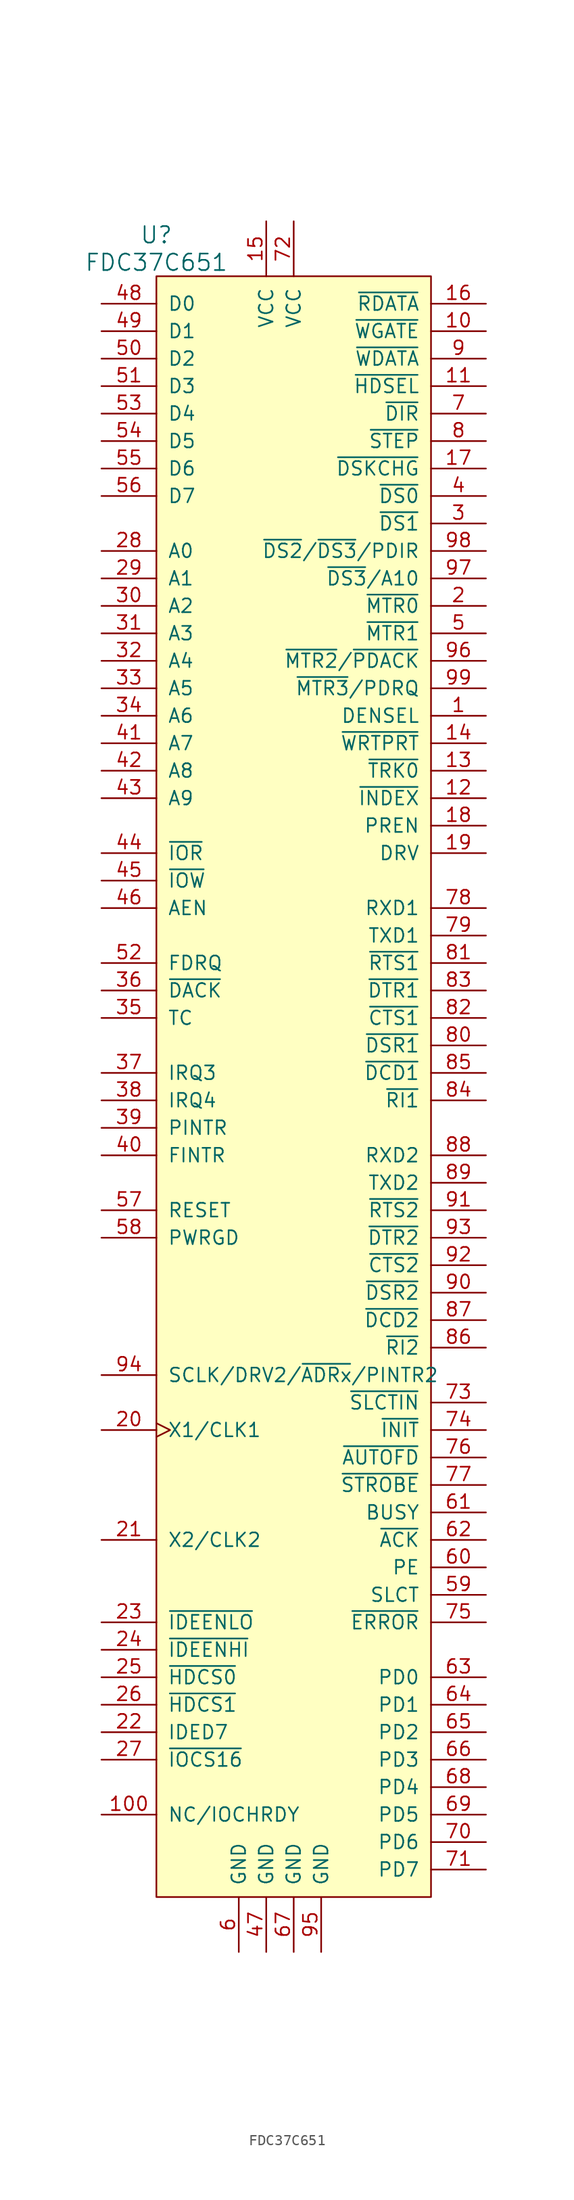
<source format=kicad_sym>
(kicad_symbol_lib
  (version 20211014)
  (generator kicad_symbol_editor)
  (symbol "FDC37C651"
    (pin_names
      (offset 1.016))
    (property "Reference" "U"
      (at -12.7 78.74 0)
      (effects (font (size 1.524 1.524))))
    (property "Value" "FDC37C651"
      (at -12.7 76.2 0)
      (effects (font (size 1.524 1.524))))
    (property "Footprint" ""
      (at 0 36.83 0)
      (effects (font (size 1.524 1.524))))
    (property "Datasheet" ""
      (at 0 36.83 0)
      (effects (font (size 1.524 1.524))))
    (symbol "FDC37C651_0_1"
      (rectangle (start 12.7 -74.93) (end -12.7 74.93) (stroke (width 0) (type default) (color 0 0 0 0)) (fill (type background))))
    (symbol "FDC37C651_1_1"
      (pin open_collector line (at 17.78 34.29 180) (length 5.08) (name "DENSEL" (effects (font (size 1.27 1.27)))) (number "1" (effects (font (size 1.27 1.27)))))
      (pin open_collector line (at 17.78 69.85 180) (length 5.08) (name "~{WGATE}" (effects (font (size 1.27 1.27)))) (number "10" (effects (font (size 1.27 1.27)))))
      (pin open_collector line (at -17.78 -67.31 0) (length 5.08) (name "NC/IOCHRDY" (effects (font (size 1.27 1.27)))) (number "100" (effects (font (size 1.27 1.27)))))
      (pin open_collector line (at 17.78 64.77 180) (length 5.08) (name "~{HDSEL}" (effects (font (size 1.27 1.27)))) (number "11" (effects (font (size 1.27 1.27)))))
      (pin input line (at 17.78 26.67 180) (length 5.08) (name "~{INDEX}" (effects (font (size 1.27 1.27)))) (number "12" (effects (font (size 1.27 1.27)))))
      (pin input line (at 17.78 29.21 180) (length 5.08) (name "~{TRK0}" (effects (font (size 1.27 1.27)))) (number "13" (effects (font (size 1.27 1.27)))))
      (pin input line (at 17.78 31.75 180) (length 5.08) (name "~{WRTPRT}" (effects (font (size 1.27 1.27)))) (number "14" (effects (font (size 1.27 1.27)))))
      (pin power_in line (at -2.54 80.01 270) (length 5.08) (name "VCC" (effects (font (size 1.27 1.27)))) (number "15" (effects (font (size 1.27 1.27)))))
      (pin input line (at 17.78 72.39 180) (length 5.08) (name "~{RDATA}" (effects (font (size 1.27 1.27)))) (number "16" (effects (font (size 1.27 1.27)))))
      (pin input line (at 17.78 57.15 180) (length 5.08) (name "~{DSKCHG}" (effects (font (size 1.27 1.27)))) (number "17" (effects (font (size 1.27 1.27)))))
      (pin input line (at 17.78 24.13 180) (length 5.08) (name "PREN" (effects (font (size 1.27 1.27)))) (number "18" (effects (font (size 1.27 1.27)))))
      (pin input line (at 17.78 21.59 180) (length 5.08) (name "DRV" (effects (font (size 1.27 1.27)))) (number "19" (effects (font (size 1.27 1.27)))))
      (pin open_collector line (at 17.78 44.45 180) (length 5.08) (name "~{MTR0}" (effects (font (size 1.27 1.27)))) (number "2" (effects (font (size 1.27 1.27)))))
      (pin input clock (at -17.78 -31.75 0) (length 5.08) (name "X1/CLK1" (effects (font (size 1.27 1.27)))) (number "20" (effects (font (size 1.27 1.27)))))
      (pin output line (at -17.78 -41.91 0) (length 5.08) (name "X2/CLK2" (effects (font (size 1.27 1.27)))) (number "21" (effects (font (size 1.27 1.27)))))
      (pin tri_state line (at -17.78 -59.69 0) (length 5.08) (name "IDED7" (effects (font (size 1.27 1.27)))) (number "22" (effects (font (size 1.27 1.27)))))
      (pin output line (at -17.78 -49.53 0) (length 5.08) (name "~{IDEENLO}" (effects (font (size 1.27 1.27)))) (number "23" (effects (font (size 1.27 1.27)))))
      (pin output line (at -17.78 -52.07 0) (length 5.08) (name "~{IDEENHI}" (effects (font (size 1.27 1.27)))) (number "24" (effects (font (size 1.27 1.27)))))
      (pin output line (at -17.78 -54.61 0) (length 5.08) (name "~{HDCS0}" (effects (font (size 1.27 1.27)))) (number "25" (effects (font (size 1.27 1.27)))))
      (pin output line (at -17.78 -57.15 0) (length 5.08) (name "~{HDCS1}" (effects (font (size 1.27 1.27)))) (number "26" (effects (font (size 1.27 1.27)))))
      (pin input line (at -17.78 -62.23 0) (length 5.08) (name "~{IOCS16}" (effects (font (size 1.27 1.27)))) (number "27" (effects (font (size 1.27 1.27)))))
      (pin input line (at -17.78 49.53 0) (length 5.08) (name "A0" (effects (font (size 1.27 1.27)))) (number "28" (effects (font (size 1.27 1.27)))))
      (pin input line (at -17.78 46.99 0) (length 5.08) (name "A1" (effects (font (size 1.27 1.27)))) (number "29" (effects (font (size 1.27 1.27)))))
      (pin open_collector line (at 17.78 52.07 180) (length 5.08) (name "~{DS1}" (effects (font (size 1.27 1.27)))) (number "3" (effects (font (size 1.27 1.27)))))
      (pin input line (at -17.78 44.45 0) (length 5.08) (name "A2" (effects (font (size 1.27 1.27)))) (number "30" (effects (font (size 1.27 1.27)))))
      (pin input line (at -17.78 41.91 0) (length 5.08) (name "A3" (effects (font (size 1.27 1.27)))) (number "31" (effects (font (size 1.27 1.27)))))
      (pin input line (at -17.78 39.37 0) (length 5.08) (name "A4" (effects (font (size 1.27 1.27)))) (number "32" (effects (font (size 1.27 1.27)))))
      (pin input line (at -17.78 36.83 0) (length 5.08) (name "A5" (effects (font (size 1.27 1.27)))) (number "33" (effects (font (size 1.27 1.27)))))
      (pin input line (at -17.78 34.29 0) (length 5.08) (name "A6" (effects (font (size 1.27 1.27)))) (number "34" (effects (font (size 1.27 1.27)))))
      (pin input line (at -17.78 6.35 0) (length 5.08) (name "TC" (effects (font (size 1.27 1.27)))) (number "35" (effects (font (size 1.27 1.27)))))
      (pin input line (at -17.78 8.89 0) (length 5.08) (name "~{DACK}" (effects (font (size 1.27 1.27)))) (number "36" (effects (font (size 1.27 1.27)))))
      (pin open_collector line (at -17.78 1.27 0) (length 5.08) (name "IRQ3" (effects (font (size 1.27 1.27)))) (number "37" (effects (font (size 1.27 1.27)))))
      (pin open_collector line (at -17.78 -1.27 0) (length 5.08) (name "IRQ4" (effects (font (size 1.27 1.27)))) (number "38" (effects (font (size 1.27 1.27)))))
      (pin open_collector line (at -17.78 -3.81 0) (length 5.08) (name "PINTR" (effects (font (size 1.27 1.27)))) (number "39" (effects (font (size 1.27 1.27)))))
      (pin open_collector line (at 17.78 54.61 180) (length 5.08) (name "~{DS0}" (effects (font (size 1.27 1.27)))) (number "4" (effects (font (size 1.27 1.27)))))
      (pin open_collector line (at -17.78 -6.35 0) (length 5.08) (name "FINTR" (effects (font (size 1.27 1.27)))) (number "40" (effects (font (size 1.27 1.27)))))
      (pin input line (at -17.78 31.75 0) (length 5.08) (name "A7" (effects (font (size 1.27 1.27)))) (number "41" (effects (font (size 1.27 1.27)))))
      (pin input line (at -17.78 29.21 0) (length 5.08) (name "A8" (effects (font (size 1.27 1.27)))) (number "42" (effects (font (size 1.27 1.27)))))
      (pin input line (at -17.78 26.67 0) (length 5.08) (name "A9" (effects (font (size 1.27 1.27)))) (number "43" (effects (font (size 1.27 1.27)))))
      (pin input line (at -17.78 21.59 0) (length 5.08) (name "~{IOR}" (effects (font (size 1.27 1.27)))) (number "44" (effects (font (size 1.27 1.27)))))
      (pin input line (at -17.78 19.05 0) (length 5.08) (name "~{IOW}" (effects (font (size 1.27 1.27)))) (number "45" (effects (font (size 1.27 1.27)))))
      (pin input line (at -17.78 16.51 0) (length 5.08) (name "AEN" (effects (font (size 1.27 1.27)))) (number "46" (effects (font (size 1.27 1.27)))))
      (pin power_in line (at -2.54 -80.01 90) (length 5.08) (name "GND" (effects (font (size 1.27 1.27)))) (number "47" (effects (font (size 1.27 1.27)))))
      (pin tri_state line (at -17.78 72.39 0) (length 5.08) (name "D0" (effects (font (size 1.27 1.27)))) (number "48" (effects (font (size 1.27 1.27)))))
      (pin tri_state line (at -17.78 69.85 0) (length 5.08) (name "D1" (effects (font (size 1.27 1.27)))) (number "49" (effects (font (size 1.27 1.27)))))
      (pin open_collector line (at 17.78 41.91 180) (length 5.08) (name "~{MTR1}" (effects (font (size 1.27 1.27)))) (number "5" (effects (font (size 1.27 1.27)))))
      (pin tri_state line (at -17.78 67.31 0) (length 5.08) (name "D2" (effects (font (size 1.27 1.27)))) (number "50" (effects (font (size 1.27 1.27)))))
      (pin tri_state line (at -17.78 64.77 0) (length 5.08) (name "D3" (effects (font (size 1.27 1.27)))) (number "51" (effects (font (size 1.27 1.27)))))
      (pin open_collector line (at -17.78 11.43 0) (length 5.08) (name "FDRQ" (effects (font (size 1.27 1.27)))) (number "52" (effects (font (size 1.27 1.27)))))
      (pin tri_state line (at -17.78 62.23 0) (length 5.08) (name "D4" (effects (font (size 1.27 1.27)))) (number "53" (effects (font (size 1.27 1.27)))))
      (pin tri_state line (at -17.78 59.69 0) (length 5.08) (name "D5" (effects (font (size 1.27 1.27)))) (number "54" (effects (font (size 1.27 1.27)))))
      (pin tri_state line (at -17.78 57.15 0) (length 5.08) (name "D6" (effects (font (size 1.27 1.27)))) (number "55" (effects (font (size 1.27 1.27)))))
      (pin tri_state line (at -17.78 54.61 0) (length 5.08) (name "D7" (effects (font (size 1.27 1.27)))) (number "56" (effects (font (size 1.27 1.27)))))
      (pin input line (at -17.78 -11.43 0) (length 5.08) (name "RESET" (effects (font (size 1.27 1.27)))) (number "57" (effects (font (size 1.27 1.27)))))
      (pin input line (at -17.78 -13.97 0) (length 5.08) (name "PWRGD" (effects (font (size 1.27 1.27)))) (number "58" (effects (font (size 1.27 1.27)))))
      (pin input line (at 17.78 -46.99 180) (length 5.08) (name "SLCT" (effects (font (size 1.27 1.27)))) (number "59" (effects (font (size 1.27 1.27)))))
      (pin power_in line (at -5.08 -80.01 90) (length 5.08) (name "GND" (effects (font (size 1.27 1.27)))) (number "6" (effects (font (size 1.27 1.27)))))
      (pin input line (at 17.78 -44.45 180) (length 5.08) (name "PE" (effects (font (size 1.27 1.27)))) (number "60" (effects (font (size 1.27 1.27)))))
      (pin input line (at 17.78 -39.37 180) (length 5.08) (name "BUSY" (effects (font (size 1.27 1.27)))) (number "61" (effects (font (size 1.27 1.27)))))
      (pin input line (at 17.78 -41.91 180) (length 5.08) (name "~{ACK}" (effects (font (size 1.27 1.27)))) (number "62" (effects (font (size 1.27 1.27)))))
      (pin bidirectional line (at 17.78 -54.61 180) (length 5.08) (name "PD0" (effects (font (size 1.27 1.27)))) (number "63" (effects (font (size 1.27 1.27)))))
      (pin bidirectional line (at 17.78 -57.15 180) (length 5.08) (name "PD1" (effects (font (size 1.27 1.27)))) (number "64" (effects (font (size 1.27 1.27)))))
      (pin bidirectional line (at 17.78 -59.69 180) (length 5.08) (name "PD2" (effects (font (size 1.27 1.27)))) (number "65" (effects (font (size 1.27 1.27)))))
      (pin bidirectional line (at 17.78 -62.23 180) (length 5.08) (name "PD3" (effects (font (size 1.27 1.27)))) (number "66" (effects (font (size 1.27 1.27)))))
      (pin power_in line (at 0 -80.01 90) (length 5.08) (name "GND" (effects (font (size 1.27 1.27)))) (number "67" (effects (font (size 1.27 1.27)))))
      (pin bidirectional line (at 17.78 -64.77 180) (length 5.08) (name "PD4" (effects (font (size 1.27 1.27)))) (number "68" (effects (font (size 1.27 1.27)))))
      (pin bidirectional line (at 17.78 -67.31 180) (length 5.08) (name "PD5" (effects (font (size 1.27 1.27)))) (number "69" (effects (font (size 1.27 1.27)))))
      (pin open_collector line (at 17.78 62.23 180) (length 5.08) (name "~{DIR}" (effects (font (size 1.27 1.27)))) (number "7" (effects (font (size 1.27 1.27)))))
      (pin bidirectional line (at 17.78 -69.85 180) (length 5.08) (name "PD6" (effects (font (size 1.27 1.27)))) (number "70" (effects (font (size 1.27 1.27)))))
      (pin bidirectional line (at 17.78 -72.39 180) (length 5.08) (name "PD7" (effects (font (size 1.27 1.27)))) (number "71" (effects (font (size 1.27 1.27)))))
      (pin power_in line (at 0 80.01 270) (length 5.08) (name "VCC" (effects (font (size 1.27 1.27)))) (number "72" (effects (font (size 1.27 1.27)))))
      (pin output line (at 17.78 -29.21 180) (length 5.08) (name "~{SLCTIN}" (effects (font (size 1.27 1.27)))) (number "73" (effects (font (size 1.27 1.27)))))
      (pin output line (at 17.78 -31.75 180) (length 5.08) (name "~{INIT}" (effects (font (size 1.27 1.27)))) (number "74" (effects (font (size 1.27 1.27)))))
      (pin input line (at 17.78 -49.53 180) (length 5.08) (name "~{ERROR}" (effects (font (size 1.27 1.27)))) (number "75" (effects (font (size 1.27 1.27)))))
      (pin output line (at 17.78 -34.29 180) (length 5.08) (name "~{AUTOFD}" (effects (font (size 1.27 1.27)))) (number "76" (effects (font (size 1.27 1.27)))))
      (pin output line (at 17.78 -36.83 180) (length 5.08) (name "~{STROBE}" (effects (font (size 1.27 1.27)))) (number "77" (effects (font (size 1.27 1.27)))))
      (pin input line (at 17.78 16.51 180) (length 5.08) (name "RXD1" (effects (font (size 1.27 1.27)))) (number "78" (effects (font (size 1.27 1.27)))))
      (pin output line (at 17.78 13.97 180) (length 5.08) (name "TXD1" (effects (font (size 1.27 1.27)))) (number "79" (effects (font (size 1.27 1.27)))))
      (pin open_collector line (at 17.78 59.69 180) (length 5.08) (name "~{STEP}" (effects (font (size 1.27 1.27)))) (number "8" (effects (font (size 1.27 1.27)))))
      (pin input line (at 17.78 3.81 180) (length 5.08) (name "~{DSR1}" (effects (font (size 1.27 1.27)))) (number "80" (effects (font (size 1.27 1.27)))))
      (pin output line (at 17.78 11.43 180) (length 5.08) (name "~{RTS1}" (effects (font (size 1.27 1.27)))) (number "81" (effects (font (size 1.27 1.27)))))
      (pin input line (at 17.78 6.35 180) (length 5.08) (name "~{CTS1}" (effects (font (size 1.27 1.27)))) (number "82" (effects (font (size 1.27 1.27)))))
      (pin output line (at 17.78 8.89 180) (length 5.08) (name "~{DTR1}" (effects (font (size 1.27 1.27)))) (number "83" (effects (font (size 1.27 1.27)))))
      (pin input line (at 17.78 -1.27 180) (length 5.08) (name "~{RI1}" (effects (font (size 1.27 1.27)))) (number "84" (effects (font (size 1.27 1.27)))))
      (pin input line (at 17.78 1.27 180) (length 5.08) (name "~{DCD1}" (effects (font (size 1.27 1.27)))) (number "85" (effects (font (size 1.27 1.27)))))
      (pin input line (at 17.78 -24.13 180) (length 5.08) (name "~{RI2}" (effects (font (size 1.27 1.27)))) (number "86" (effects (font (size 1.27 1.27)))))
      (pin input line (at 17.78 -21.59 180) (length 5.08) (name "~{DCD2}" (effects (font (size 1.27 1.27)))) (number "87" (effects (font (size 1.27 1.27)))))
      (pin input line (at 17.78 -6.35 180) (length 5.08) (name "RXD2" (effects (font (size 1.27 1.27)))) (number "88" (effects (font (size 1.27 1.27)))))
      (pin output line (at 17.78 -8.89 180) (length 5.08) (name "TXD2" (effects (font (size 1.27 1.27)))) (number "89" (effects (font (size 1.27 1.27)))))
      (pin open_collector line (at 17.78 67.31 180) (length 5.08) (name "~{WDATA}" (effects (font (size 1.27 1.27)))) (number "9" (effects (font (size 1.27 1.27)))))
      (pin input line (at 17.78 -19.05 180) (length 5.08) (name "~{DSR2}" (effects (font (size 1.27 1.27)))) (number "90" (effects (font (size 1.27 1.27)))))
      (pin output line (at 17.78 -11.43 180) (length 5.08) (name "~{RTS2}" (effects (font (size 1.27 1.27)))) (number "91" (effects (font (size 1.27 1.27)))))
      (pin input line (at 17.78 -16.51 180) (length 5.08) (name "~{CTS2}" (effects (font (size 1.27 1.27)))) (number "92" (effects (font (size 1.27 1.27)))))
      (pin output line (at 17.78 -13.97 180) (length 5.08) (name "~{DTR2}" (effects (font (size 1.27 1.27)))) (number "93" (effects (font (size 1.27 1.27)))))
      (pin open_collector line (at -17.78 -26.67 0) (length 5.08) (name "SCLK/DRV2/~{ADRx}/PINTR2" (effects (font (size 1.27 1.27)))) (number "94" (effects (font (size 1.27 1.27)))))
      (pin power_in line (at 2.54 -80.01 90) (length 5.08) (name "GND" (effects (font (size 1.27 1.27)))) (number "95" (effects (font (size 1.27 1.27)))))
      (pin open_collector line (at 17.78 39.37 180) (length 5.08) (name "~{MTR2}/~{PDACK}" (effects (font (size 1.27 1.27)))) (number "96" (effects (font (size 1.27 1.27)))))
      (pin open_collector line (at 17.78 46.99 180) (length 5.08) (name "~{DS3}/A10" (effects (font (size 1.27 1.27)))) (number "97" (effects (font (size 1.27 1.27)))))
      (pin open_collector line (at 17.78 49.53 180) (length 5.08) (name "~{DS2}/~{DS3}/PDIR" (effects (font (size 1.27 1.27)))) (number "98" (effects (font (size 1.27 1.27)))))
      (pin open_collector line (at 17.78 36.83 180) (length 5.08) (name "~{MTR3}/PDRQ" (effects (font (size 1.27 1.27)))) (number "99" (effects (font (size 1.27 1.27))))))))
</source>
